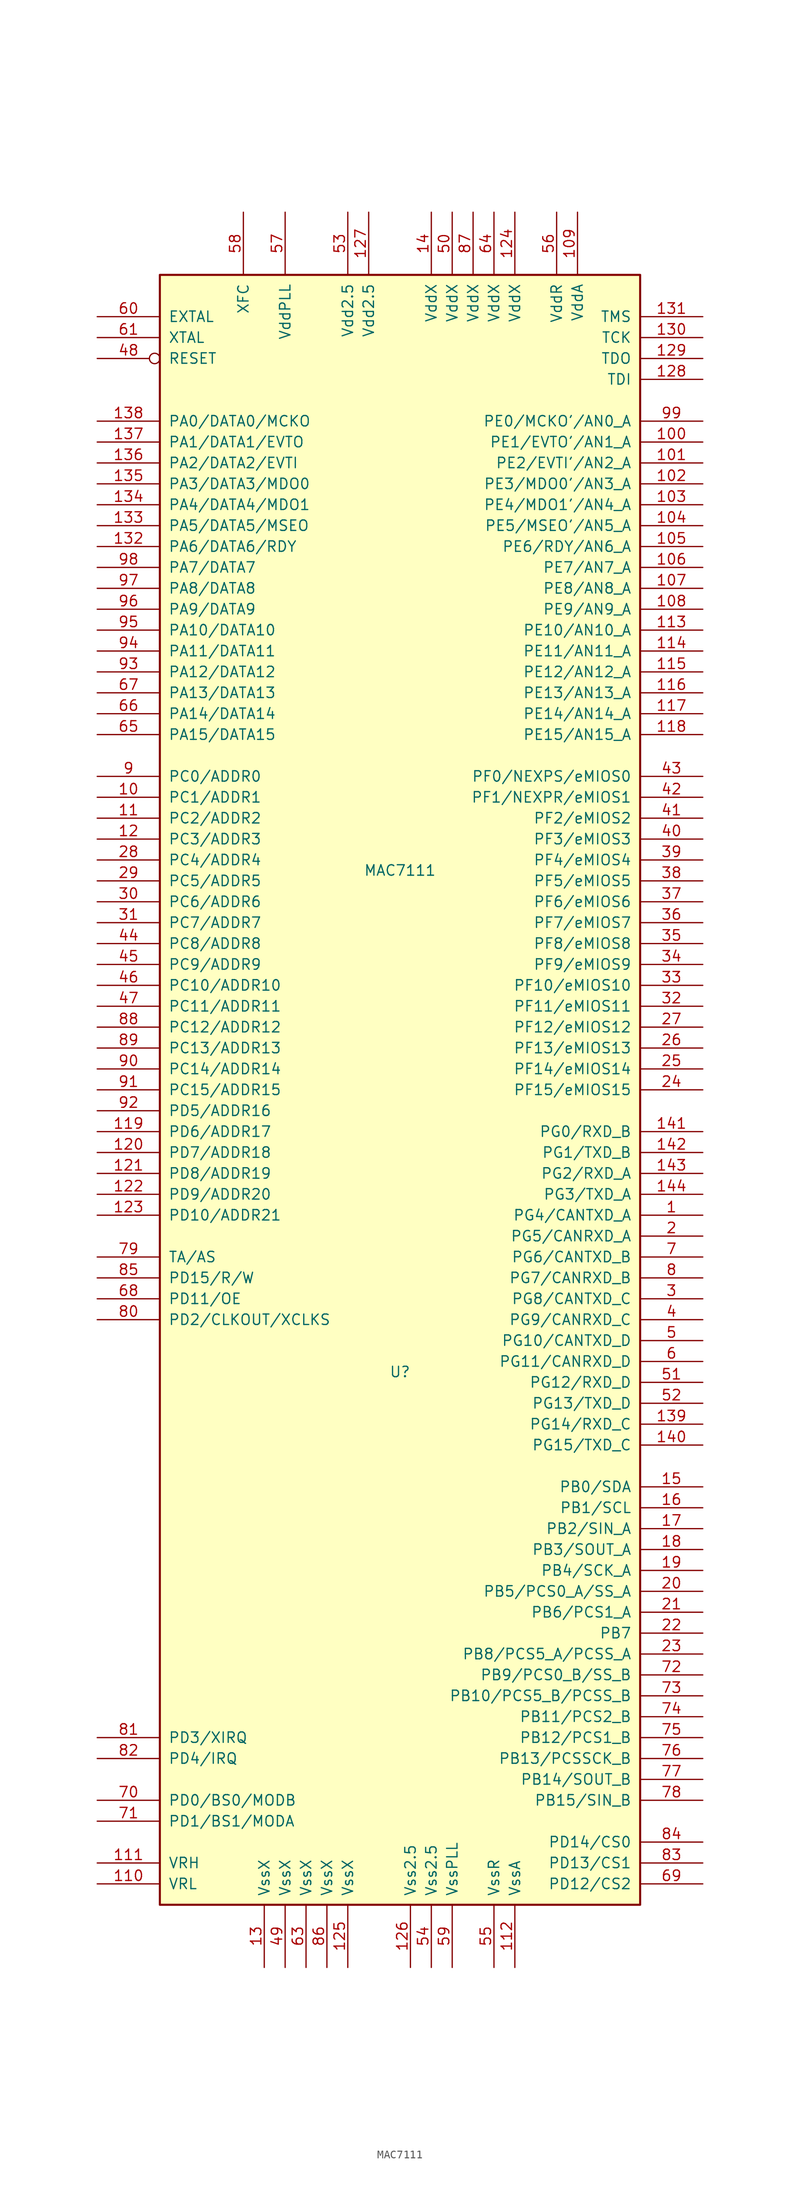
<source format=kicad_sym>
(kicad_symbol_lib
  (version 20231120)
  (generator "kicad_symbol_editor")
  (generator_version "8.0")
  (symbol "MAC7111"
    (pin_names
      (offset 1.016))
    (property "Reference" "U"
      (at -1.27 -44.45 0)
      (effects (font (size 1.27 1.27))))
    (property "Value" "MAC7111"
      (at -1.27 16.51 0)
      (effects (font (size 1.27 1.27))))
    (symbol "MAC7111_0_1"
      (rectangle (start 27.94 -109.22) (end -30.48 88.9) (stroke (width 0.254) (type default)) (fill (type background))))
    (symbol "MAC7111_1_1"
      (pin bidirectional line (at 35.56 -25.4 180) (length 7.62) (name "PG4/CANTXD_A" (effects (font (size 1.27 1.27)))) (number "1" (effects (font (size 1.27 1.27)))))
      (pin bidirectional line (at -38.1 25.4 0) (length 7.62) (name "PC1/ADDR1" (effects (font (size 1.27 1.27)))) (number "10" (effects (font (size 1.27 1.27)))))
      (pin bidirectional line (at 35.56 68.58 180) (length 7.62) (name "PE1/EVTO'/AN1_A" (effects (font (size 1.27 1.27)))) (number "100" (effects (font (size 1.27 1.27)))))
      (pin bidirectional line (at 35.56 66.04 180) (length 7.62) (name "PE2/EVTI'/AN2_A" (effects (font (size 1.27 1.27)))) (number "101" (effects (font (size 1.27 1.27)))))
      (pin bidirectional line (at 35.56 63.5 180) (length 7.62) (name "PE3/MDO0'/AN3_A" (effects (font (size 1.27 1.27)))) (number "102" (effects (font (size 1.27 1.27)))))
      (pin bidirectional line (at 35.56 60.96 180) (length 7.62) (name "PE4/MDO1'/AN4_A" (effects (font (size 1.27 1.27)))) (number "103" (effects (font (size 1.27 1.27)))))
      (pin bidirectional line (at 35.56 58.42 180) (length 7.62) (name "PE5/MSEO'/AN5_A" (effects (font (size 1.27 1.27)))) (number "104" (effects (font (size 1.27 1.27)))))
      (pin bidirectional line (at 35.56 55.88 180) (length 7.62) (name "PE6/RDY/AN6_A" (effects (font (size 1.27 1.27)))) (number "105" (effects (font (size 1.27 1.27)))))
      (pin bidirectional line (at 35.56 53.34 180) (length 7.62) (name "PE7/AN7_A" (effects (font (size 1.27 1.27)))) (number "106" (effects (font (size 1.27 1.27)))))
      (pin bidirectional line (at 35.56 50.8 180) (length 7.62) (name "PE8/AN8_A" (effects (font (size 1.27 1.27)))) (number "107" (effects (font (size 1.27 1.27)))))
      (pin bidirectional line (at 35.56 48.26 180) (length 7.62) (name "PE9/AN9_A" (effects (font (size 1.27 1.27)))) (number "108" (effects (font (size 1.27 1.27)))))
      (pin power_in line (at 20.32 96.52 270) (length 7.62) (name "VddA" (effects (font (size 1.27 1.27)))) (number "109" (effects (font (size 1.27 1.27)))))
      (pin bidirectional line (at -38.1 22.86 0) (length 7.62) (name "PC2/ADDR2" (effects (font (size 1.27 1.27)))) (number "11" (effects (font (size 1.27 1.27)))))
      (pin passive line (at -38.1 -106.68 0) (length 7.62) (name "VRL" (effects (font (size 1.27 1.27)))) (number "110" (effects (font (size 1.27 1.27)))))
      (pin passive line (at -38.1 -104.14 0) (length 7.62) (name "VRH" (effects (font (size 1.27 1.27)))) (number "111" (effects (font (size 1.27 1.27)))))
      (pin power_in line (at 12.7 -116.84 90) (length 7.62) (name "VssA" (effects (font (size 1.27 1.27)))) (number "112" (effects (font (size 1.27 1.27)))))
      (pin bidirectional line (at 35.56 45.72 180) (length 7.62) (name "PE10/AN10_A" (effects (font (size 1.27 1.27)))) (number "113" (effects (font (size 1.27 1.27)))))
      (pin bidirectional line (at 35.56 43.18 180) (length 7.62) (name "PE11/AN11_A" (effects (font (size 1.27 1.27)))) (number "114" (effects (font (size 1.27 1.27)))))
      (pin bidirectional line (at 35.56 40.64 180) (length 7.62) (name "PE12/AN12_A" (effects (font (size 1.27 1.27)))) (number "115" (effects (font (size 1.27 1.27)))))
      (pin bidirectional line (at 35.56 38.1 180) (length 7.62) (name "PE13/AN13_A" (effects (font (size 1.27 1.27)))) (number "116" (effects (font (size 1.27 1.27)))))
      (pin bidirectional line (at 35.56 35.56 180) (length 7.62) (name "PE14/AN14_A" (effects (font (size 1.27 1.27)))) (number "117" (effects (font (size 1.27 1.27)))))
      (pin bidirectional line (at 35.56 33.02 180) (length 7.62) (name "PE15/AN15_A" (effects (font (size 1.27 1.27)))) (number "118" (effects (font (size 1.27 1.27)))))
      (pin bidirectional line (at -38.1 -15.24 0) (length 7.62) (name "PD6/ADDR17" (effects (font (size 1.27 1.27)))) (number "119" (effects (font (size 1.27 1.27)))))
      (pin bidirectional line (at -38.1 20.32 0) (length 7.62) (name "PC3/ADDR3" (effects (font (size 1.27 1.27)))) (number "12" (effects (font (size 1.27 1.27)))))
      (pin bidirectional line (at -38.1 -17.78 0) (length 7.62) (name "PD7/ADDR18" (effects (font (size 1.27 1.27)))) (number "120" (effects (font (size 1.27 1.27)))))
      (pin bidirectional line (at -38.1 -20.32 0) (length 7.62) (name "PD8/ADDR19" (effects (font (size 1.27 1.27)))) (number "121" (effects (font (size 1.27 1.27)))))
      (pin bidirectional line (at -38.1 -22.86 0) (length 7.62) (name "PD9/ADDR20" (effects (font (size 1.27 1.27)))) (number "122" (effects (font (size 1.27 1.27)))))
      (pin bidirectional line (at -38.1 -25.4 0) (length 7.62) (name "PD10/ADDR21" (effects (font (size 1.27 1.27)))) (number "123" (effects (font (size 1.27 1.27)))))
      (pin power_in line (at 12.7 96.52 270) (length 7.62) (name "VddX" (effects (font (size 1.27 1.27)))) (number "124" (effects (font (size 1.27 1.27)))))
      (pin power_in line (at -7.62 -116.84 90) (length 7.62) (name "VssX" (effects (font (size 1.27 1.27)))) (number "125" (effects (font (size 1.27 1.27)))))
      (pin power_in line (at 0 -116.84 90) (length 7.62) (name "Vss2.5" (effects (font (size 1.27 1.27)))) (number "126" (effects (font (size 1.27 1.27)))))
      (pin power_in line (at -5.08 96.52 270) (length 7.62) (name "Vdd2.5" (effects (font (size 1.27 1.27)))) (number "127" (effects (font (size 1.27 1.27)))))
      (pin input line (at 35.56 76.2 180) (length 7.62) (name "TDI" (effects (font (size 1.27 1.27)))) (number "128" (effects (font (size 1.27 1.27)))))
      (pin output line (at 35.56 78.74 180) (length 7.62) (name "TDO" (effects (font (size 1.27 1.27)))) (number "129" (effects (font (size 1.27 1.27)))))
      (pin power_in line (at -17.78 -116.84 90) (length 7.62) (name "VssX" (effects (font (size 1.27 1.27)))) (number "13" (effects (font (size 1.27 1.27)))))
      (pin input line (at 35.56 81.28 180) (length 7.62) (name "TCK" (effects (font (size 1.27 1.27)))) (number "130" (effects (font (size 1.27 1.27)))))
      (pin input line (at 35.56 83.82 180) (length 7.62) (name "TMS" (effects (font (size 1.27 1.27)))) (number "131" (effects (font (size 1.27 1.27)))))
      (pin bidirectional line (at -38.1 55.88 0) (length 7.62) (name "PA6/DATA6/RDY" (effects (font (size 1.27 1.27)))) (number "132" (effects (font (size 1.27 1.27)))))
      (pin bidirectional line (at -38.1 58.42 0) (length 7.62) (name "PA5/DATA5/MSEO" (effects (font (size 1.27 1.27)))) (number "133" (effects (font (size 1.27 1.27)))))
      (pin bidirectional line (at -38.1 60.96 0) (length 7.62) (name "PA4/DATA4/MDO1" (effects (font (size 1.27 1.27)))) (number "134" (effects (font (size 1.27 1.27)))))
      (pin bidirectional line (at -38.1 63.5 0) (length 7.62) (name "PA3/DATA3/MDO0" (effects (font (size 1.27 1.27)))) (number "135" (effects (font (size 1.27 1.27)))))
      (pin bidirectional line (at -38.1 66.04 0) (length 7.62) (name "PA2/DATA2/EVTI" (effects (font (size 1.27 1.27)))) (number "136" (effects (font (size 1.27 1.27)))))
      (pin bidirectional line (at -38.1 68.58 0) (length 7.62) (name "PA1/DATA1/EVTO" (effects (font (size 1.27 1.27)))) (number "137" (effects (font (size 1.27 1.27)))))
      (pin bidirectional line (at -38.1 71.12 0) (length 7.62) (name "PA0/DATA0/MCKO" (effects (font (size 1.27 1.27)))) (number "138" (effects (font (size 1.27 1.27)))))
      (pin bidirectional line (at 35.56 -50.8 180) (length 7.62) (name "PG14/RXD_C" (effects (font (size 1.27 1.27)))) (number "139" (effects (font (size 1.27 1.27)))))
      (pin power_in line (at 2.54 96.52 270) (length 7.62) (name "VddX" (effects (font (size 1.27 1.27)))) (number "14" (effects (font (size 1.27 1.27)))))
      (pin bidirectional line (at 35.56 -53.34 180) (length 7.62) (name "PG15/TXD_C" (effects (font (size 1.27 1.27)))) (number "140" (effects (font (size 1.27 1.27)))))
      (pin bidirectional line (at 35.56 -15.24 180) (length 7.62) (name "PG0/RXD_B" (effects (font (size 1.27 1.27)))) (number "141" (effects (font (size 1.27 1.27)))))
      (pin bidirectional line (at 35.56 -17.78 180) (length 7.62) (name "PG1/TXD_B" (effects (font (size 1.27 1.27)))) (number "142" (effects (font (size 1.27 1.27)))))
      (pin bidirectional line (at 35.56 -20.32 180) (length 7.62) (name "PG2/RXD_A" (effects (font (size 1.27 1.27)))) (number "143" (effects (font (size 1.27 1.27)))))
      (pin bidirectional line (at 35.56 -22.86 180) (length 7.62) (name "PG3/TXD_A" (effects (font (size 1.27 1.27)))) (number "144" (effects (font (size 1.27 1.27)))))
      (pin bidirectional line (at 35.56 -58.42 180) (length 7.62) (name "PB0/SDA" (effects (font (size 1.27 1.27)))) (number "15" (effects (font (size 1.27 1.27)))))
      (pin bidirectional line (at 35.56 -60.96 180) (length 7.62) (name "PB1/SCL" (effects (font (size 1.27 1.27)))) (number "16" (effects (font (size 1.27 1.27)))))
      (pin bidirectional line (at 35.56 -63.5 180) (length 7.62) (name "PB2/SIN_A" (effects (font (size 1.27 1.27)))) (number "17" (effects (font (size 1.27 1.27)))))
      (pin bidirectional line (at 35.56 -66.04 180) (length 7.62) (name "PB3/SOUT_A" (effects (font (size 1.27 1.27)))) (number "18" (effects (font (size 1.27 1.27)))))
      (pin bidirectional line (at 35.56 -68.58 180) (length 7.62) (name "PB4/SCK_A" (effects (font (size 1.27 1.27)))) (number "19" (effects (font (size 1.27 1.27)))))
      (pin bidirectional line (at 35.56 -27.94 180) (length 7.62) (name "PG5/CANRXD_A" (effects (font (size 1.27 1.27)))) (number "2" (effects (font (size 1.27 1.27)))))
      (pin bidirectional line (at 35.56 -71.12 180) (length 7.62) (name "PB5/PCS0_A/SS_A" (effects (font (size 1.27 1.27)))) (number "20" (effects (font (size 1.27 1.27)))))
      (pin bidirectional line (at 35.56 -73.66 180) (length 7.62) (name "PB6/PCS1_A" (effects (font (size 1.27 1.27)))) (number "21" (effects (font (size 1.27 1.27)))))
      (pin bidirectional line (at 35.56 -76.2 180) (length 7.62) (name "PB7" (effects (font (size 1.27 1.27)))) (number "22" (effects (font (size 1.27 1.27)))))
      (pin bidirectional line (at 35.56 -78.74 180) (length 7.62) (name "PB8/PCS5_A/PCSS_A" (effects (font (size 1.27 1.27)))) (number "23" (effects (font (size 1.27 1.27)))))
      (pin bidirectional line (at 35.56 -10.16 180) (length 7.62) (name "PF15/eMIOS15" (effects (font (size 1.27 1.27)))) (number "24" (effects (font (size 1.27 1.27)))))
      (pin bidirectional line (at 35.56 -7.62 180) (length 7.62) (name "PF14/eMIOS14" (effects (font (size 1.27 1.27)))) (number "25" (effects (font (size 1.27 1.27)))))
      (pin bidirectional line (at 35.56 -5.08 180) (length 7.62) (name "PF13/eMIOS13" (effects (font (size 1.27 1.27)))) (number "26" (effects (font (size 1.27 1.27)))))
      (pin bidirectional line (at 35.56 -2.54 180) (length 7.62) (name "PF12/eMIOS12" (effects (font (size 1.27 1.27)))) (number "27" (effects (font (size 1.27 1.27)))))
      (pin bidirectional line (at -38.1 17.78 0) (length 7.62) (name "PC4/ADDR4" (effects (font (size 1.27 1.27)))) (number "28" (effects (font (size 1.27 1.27)))))
      (pin bidirectional line (at -38.1 15.24 0) (length 7.62) (name "PC5/ADDR5" (effects (font (size 1.27 1.27)))) (number "29" (effects (font (size 1.27 1.27)))))
      (pin bidirectional line (at 35.56 -35.56 180) (length 7.62) (name "PG8/CANTXD_C" (effects (font (size 1.27 1.27)))) (number "3" (effects (font (size 1.27 1.27)))))
      (pin bidirectional line (at -38.1 12.7 0) (length 7.62) (name "PC6/ADDR6" (effects (font (size 1.27 1.27)))) (number "30" (effects (font (size 1.27 1.27)))))
      (pin bidirectional line (at -38.1 10.16 0) (length 7.62) (name "PC7/ADDR7" (effects (font (size 1.27 1.27)))) (number "31" (effects (font (size 1.27 1.27)))))
      (pin bidirectional line (at 35.56 0 180) (length 7.62) (name "PF11/eMIOS11" (effects (font (size 1.27 1.27)))) (number "32" (effects (font (size 1.27 1.27)))))
      (pin bidirectional line (at 35.56 2.54 180) (length 7.62) (name "PF10/eMIOS10" (effects (font (size 1.27 1.27)))) (number "33" (effects (font (size 1.27 1.27)))))
      (pin bidirectional line (at 35.56 5.08 180) (length 7.62) (name "PF9/eMIOS9" (effects (font (size 1.27 1.27)))) (number "34" (effects (font (size 1.27 1.27)))))
      (pin bidirectional line (at 35.56 7.62 180) (length 7.62) (name "PF8/eMIOS8" (effects (font (size 1.27 1.27)))) (number "35" (effects (font (size 1.27 1.27)))))
      (pin bidirectional line (at 35.56 10.16 180) (length 7.62) (name "PF7/eMIOS7" (effects (font (size 1.27 1.27)))) (number "36" (effects (font (size 1.27 1.27)))))
      (pin bidirectional line (at 35.56 12.7 180) (length 7.62) (name "PF6/eMIOS6" (effects (font (size 1.27 1.27)))) (number "37" (effects (font (size 1.27 1.27)))))
      (pin bidirectional line (at 35.56 15.24 180) (length 7.62) (name "PF5/eMIOS5" (effects (font (size 1.27 1.27)))) (number "38" (effects (font (size 1.27 1.27)))))
      (pin bidirectional line (at 35.56 17.78 180) (length 7.62) (name "PF4/eMIOS4" (effects (font (size 1.27 1.27)))) (number "39" (effects (font (size 1.27 1.27)))))
      (pin bidirectional line (at 35.56 -38.1 180) (length 7.62) (name "PG9/CANRXD_C" (effects (font (size 1.27 1.27)))) (number "4" (effects (font (size 1.27 1.27)))))
      (pin bidirectional line (at 35.56 20.32 180) (length 7.62) (name "PF3/eMIOS3" (effects (font (size 1.27 1.27)))) (number "40" (effects (font (size 1.27 1.27)))))
      (pin bidirectional line (at 35.56 22.86 180) (length 7.62) (name "PF2/eMIOS2" (effects (font (size 1.27 1.27)))) (number "41" (effects (font (size 1.27 1.27)))))
      (pin bidirectional line (at 35.56 25.4 180) (length 7.62) (name "PF1/NEXPR/eMIOS1" (effects (font (size 1.27 1.27)))) (number "42" (effects (font (size 1.27 1.27)))))
      (pin bidirectional line (at 35.56 27.94 180) (length 7.62) (name "PF0/NEXPS/eMIOS0" (effects (font (size 1.27 1.27)))) (number "43" (effects (font (size 1.27 1.27)))))
      (pin bidirectional line (at -38.1 7.62 0) (length 7.62) (name "PC8/ADDR8" (effects (font (size 1.27 1.27)))) (number "44" (effects (font (size 1.27 1.27)))))
      (pin bidirectional line (at -38.1 5.08 0) (length 7.62) (name "PC9/ADDR9" (effects (font (size 1.27 1.27)))) (number "45" (effects (font (size 1.27 1.27)))))
      (pin bidirectional line (at -38.1 2.54 0) (length 7.62) (name "PC10/ADDR10" (effects (font (size 1.27 1.27)))) (number "46" (effects (font (size 1.27 1.27)))))
      (pin bidirectional line (at -38.1 0 0) (length 7.62) (name "PC11/ADDR11" (effects (font (size 1.27 1.27)))) (number "47" (effects (font (size 1.27 1.27)))))
      (pin bidirectional inverted (at -38.1 78.74 0) (length 7.62) (name "RESET" (effects (font (size 1.27 1.27)))) (number "48" (effects (font (size 1.27 1.27)))))
      (pin power_in line (at -15.24 -116.84 90) (length 7.62) (name "VssX" (effects (font (size 1.27 1.27)))) (number "49" (effects (font (size 1.27 1.27)))))
      (pin bidirectional line (at 35.56 -40.64 180) (length 7.62) (name "PG10/CANTXD_D" (effects (font (size 1.27 1.27)))) (number "5" (effects (font (size 1.27 1.27)))))
      (pin power_in line (at 5.08 96.52 270) (length 7.62) (name "VddX" (effects (font (size 1.27 1.27)))) (number "50" (effects (font (size 1.27 1.27)))))
      (pin bidirectional line (at 35.56 -45.72 180) (length 7.62) (name "PG12/RXD_D" (effects (font (size 1.27 1.27)))) (number "51" (effects (font (size 1.27 1.27)))))
      (pin bidirectional line (at 35.56 -48.26 180) (length 7.62) (name "PG13/TXD_D" (effects (font (size 1.27 1.27)))) (number "52" (effects (font (size 1.27 1.27)))))
      (pin passive line (at -7.62 96.52 270) (length 7.62) (name "Vdd2.5" (effects (font (size 1.27 1.27)))) (number "53" (effects (font (size 1.27 1.27)))))
      (pin power_in line (at 2.54 -116.84 90) (length 7.62) (name "Vss2.5" (effects (font (size 1.27 1.27)))) (number "54" (effects (font (size 1.27 1.27)))))
      (pin power_in line (at 10.16 -116.84 90) (length 7.62) (name "VssR" (effects (font (size 1.27 1.27)))) (number "55" (effects (font (size 1.27 1.27)))))
      (pin power_in line (at 17.78 96.52 270) (length 7.62) (name "VddR" (effects (font (size 1.27 1.27)))) (number "56" (effects (font (size 1.27 1.27)))))
      (pin passive line (at -15.24 96.52 270) (length 7.62) (name "VddPLL" (effects (font (size 1.27 1.27)))) (number "57" (effects (font (size 1.27 1.27)))))
      (pin bidirectional line (at -20.32 96.52 270) (length 7.62) (name "XFC" (effects (font (size 1.27 1.27)))) (number "58" (effects (font (size 1.27 1.27)))))
      (pin passive line (at 5.08 -116.84 90) (length 7.62) (name "VssPLL" (effects (font (size 1.27 1.27)))) (number "59" (effects (font (size 1.27 1.27)))))
      (pin bidirectional line (at 35.56 -43.18 180) (length 7.62) (name "PG11/CANRXD_D" (effects (font (size 1.27 1.27)))) (number "6" (effects (font (size 1.27 1.27)))))
      (pin input line (at -38.1 83.82 0) (length 7.62) (name "EXTAL" (effects (font (size 1.27 1.27)))) (number "60" (effects (font (size 1.27 1.27)))))
      (pin output line (at -38.1 81.28 0) (length 7.62) (name "XTAL" (effects (font (size 1.27 1.27)))) (number "61" (effects (font (size 1.27 1.27)))))
      (pin power_in line (at -12.7 -116.84 90) (length 7.62) (name "VssX" (effects (font (size 1.27 1.27)))) (number "63" (effects (font (size 1.27 1.27)))))
      (pin power_in line (at 10.16 96.52 270) (length 7.62) (name "VddX" (effects (font (size 1.27 1.27)))) (number "64" (effects (font (size 1.27 1.27)))))
      (pin bidirectional line (at -38.1 33.02 0) (length 7.62) (name "PA15/DATA15" (effects (font (size 1.27 1.27)))) (number "65" (effects (font (size 1.27 1.27)))))
      (pin bidirectional line (at -38.1 35.56 0) (length 7.62) (name "PA14/DATA14" (effects (font (size 1.27 1.27)))) (number "66" (effects (font (size 1.27 1.27)))))
      (pin bidirectional line (at -38.1 38.1 0) (length 7.62) (name "PA13/DATA13" (effects (font (size 1.27 1.27)))) (number "67" (effects (font (size 1.27 1.27)))))
      (pin bidirectional line (at -38.1 -35.56 0) (length 7.62) (name "PD11/OE" (effects (font (size 1.27 1.27)))) (number "68" (effects (font (size 1.27 1.27)))))
      (pin bidirectional line (at 35.56 -106.68 180) (length 7.62) (name "PD12/CS2" (effects (font (size 1.27 1.27)))) (number "69" (effects (font (size 1.27 1.27)))))
      (pin bidirectional line (at 35.56 -30.48 180) (length 7.62) (name "PG6/CANTXD_B" (effects (font (size 1.27 1.27)))) (number "7" (effects (font (size 1.27 1.27)))))
      (pin bidirectional line (at -38.1 -96.52 0) (length 7.62) (name "PD0/BS0/MODB" (effects (font (size 1.27 1.27)))) (number "70" (effects (font (size 1.27 1.27)))))
      (pin bidirectional line (at -38.1 -99.06 0) (length 7.62) (name "PD1/BS1/MODA" (effects (font (size 1.27 1.27)))) (number "71" (effects (font (size 1.27 1.27)))))
      (pin bidirectional line (at 35.56 -81.28 180) (length 7.62) (name "PB9/PCS0_B/SS_B" (effects (font (size 1.27 1.27)))) (number "72" (effects (font (size 1.27 1.27)))))
      (pin bidirectional line (at 35.56 -83.82 180) (length 7.62) (name "PB10/PCS5_B/PCSS_B" (effects (font (size 1.27 1.27)))) (number "73" (effects (font (size 1.27 1.27)))))
      (pin bidirectional line (at 35.56 -86.36 180) (length 7.62) (name "PB11/PCS2_B" (effects (font (size 1.27 1.27)))) (number "74" (effects (font (size 1.27 1.27)))))
      (pin bidirectional line (at 35.56 -88.9 180) (length 7.62) (name "PB12/PCS1_B" (effects (font (size 1.27 1.27)))) (number "75" (effects (font (size 1.27 1.27)))))
      (pin bidirectional line (at 35.56 -91.44 180) (length 7.62) (name "PB13/PCSSCK_B" (effects (font (size 1.27 1.27)))) (number "76" (effects (font (size 1.27 1.27)))))
      (pin bidirectional line (at 35.56 -93.98 180) (length 7.62) (name "PB14/SOUT_B" (effects (font (size 1.27 1.27)))) (number "77" (effects (font (size 1.27 1.27)))))
      (pin bidirectional line (at 35.56 -96.52 180) (length 7.62) (name "PB15/SIN_B" (effects (font (size 1.27 1.27)))) (number "78" (effects (font (size 1.27 1.27)))))
      (pin bidirectional line (at -38.1 -30.48 0) (length 7.62) (name "TA/AS" (effects (font (size 1.27 1.27)))) (number "79" (effects (font (size 1.27 1.27)))))
      (pin bidirectional line (at 35.56 -33.02 180) (length 7.62) (name "PG7/CANRXD_B" (effects (font (size 1.27 1.27)))) (number "8" (effects (font (size 1.27 1.27)))))
      (pin bidirectional line (at -38.1 -38.1 0) (length 7.62) (name "PD2/CLKOUT/XCLKS" (effects (font (size 1.27 1.27)))) (number "80" (effects (font (size 1.27 1.27)))))
      (pin bidirectional line (at -38.1 -88.9 0) (length 7.62) (name "PD3/XIRQ" (effects (font (size 1.27 1.27)))) (number "81" (effects (font (size 1.27 1.27)))))
      (pin bidirectional line (at -38.1 -91.44 0) (length 7.62) (name "PD4/IRQ" (effects (font (size 1.27 1.27)))) (number "82" (effects (font (size 1.27 1.27)))))
      (pin bidirectional line (at 35.56 -104.14 180) (length 7.62) (name "PD13/CS1" (effects (font (size 1.27 1.27)))) (number "83" (effects (font (size 1.27 1.27)))))
      (pin bidirectional line (at 35.56 -101.6 180) (length 7.62) (name "PD14/CS0" (effects (font (size 1.27 1.27)))) (number "84" (effects (font (size 1.27 1.27)))))
      (pin bidirectional line (at -38.1 -33.02 0) (length 7.62) (name "PD15/R/W" (effects (font (size 1.27 1.27)))) (number "85" (effects (font (size 1.27 1.27)))))
      (pin power_in line (at -10.16 -116.84 90) (length 7.62) (name "VssX" (effects (font (size 1.27 1.27)))) (number "86" (effects (font (size 1.27 1.27)))))
      (pin power_in line (at 7.62 96.52 270) (length 7.62) (name "VddX" (effects (font (size 1.27 1.27)))) (number "87" (effects (font (size 1.27 1.27)))))
      (pin bidirectional line (at -38.1 -2.54 0) (length 7.62) (name "PC12/ADDR12" (effects (font (size 1.27 1.27)))) (number "88" (effects (font (size 1.27 1.27)))))
      (pin bidirectional line (at -38.1 -5.08 0) (length 7.62) (name "PC13/ADDR13" (effects (font (size 1.27 1.27)))) (number "89" (effects (font (size 1.27 1.27)))))
      (pin bidirectional line (at -38.1 27.94 0) (length 7.62) (name "PC0/ADDR0" (effects (font (size 1.27 1.27)))) (number "9" (effects (font (size 1.27 1.27)))))
      (pin bidirectional line (at -38.1 -7.62 0) (length 7.62) (name "PC14/ADDR14" (effects (font (size 1.27 1.27)))) (number "90" (effects (font (size 1.27 1.27)))))
      (pin bidirectional line (at -38.1 -10.16 0) (length 7.62) (name "PC15/ADDR15" (effects (font (size 1.27 1.27)))) (number "91" (effects (font (size 1.27 1.27)))))
      (pin bidirectional line (at -38.1 -12.7 0) (length 7.62) (name "PD5/ADDR16" (effects (font (size 1.27 1.27)))) (number "92" (effects (font (size 1.27 1.27)))))
      (pin bidirectional line (at -38.1 40.64 0) (length 7.62) (name "PA12/DATA12" (effects (font (size 1.27 1.27)))) (number "93" (effects (font (size 1.27 1.27)))))
      (pin bidirectional line (at -38.1 43.18 0) (length 7.62) (name "PA11/DATA11" (effects (font (size 1.27 1.27)))) (number "94" (effects (font (size 1.27 1.27)))))
      (pin bidirectional line (at -38.1 45.72 0) (length 7.62) (name "PA10/DATA10" (effects (font (size 1.27 1.27)))) (number "95" (effects (font (size 1.27 1.27)))))
      (pin bidirectional line (at -38.1 48.26 0) (length 7.62) (name "PA9/DATA9" (effects (font (size 1.27 1.27)))) (number "96" (effects (font (size 1.27 1.27)))))
      (pin bidirectional line (at -38.1 50.8 0) (length 7.62) (name "PA8/DATA8" (effects (font (size 1.27 1.27)))) (number "97" (effects (font (size 1.27 1.27)))))
      (pin bidirectional line (at -38.1 53.34 0) (length 7.62) (name "PA7/DATA7" (effects (font (size 1.27 1.27)))) (number "98" (effects (font (size 1.27 1.27)))))
      (pin bidirectional line (at 35.56 71.12 180) (length 7.62) (name "PE0/MCKO'/AN0_A" (effects (font (size 1.27 1.27)))) (number "99" (effects (font (size 1.27 1.27))))))))
</source>
